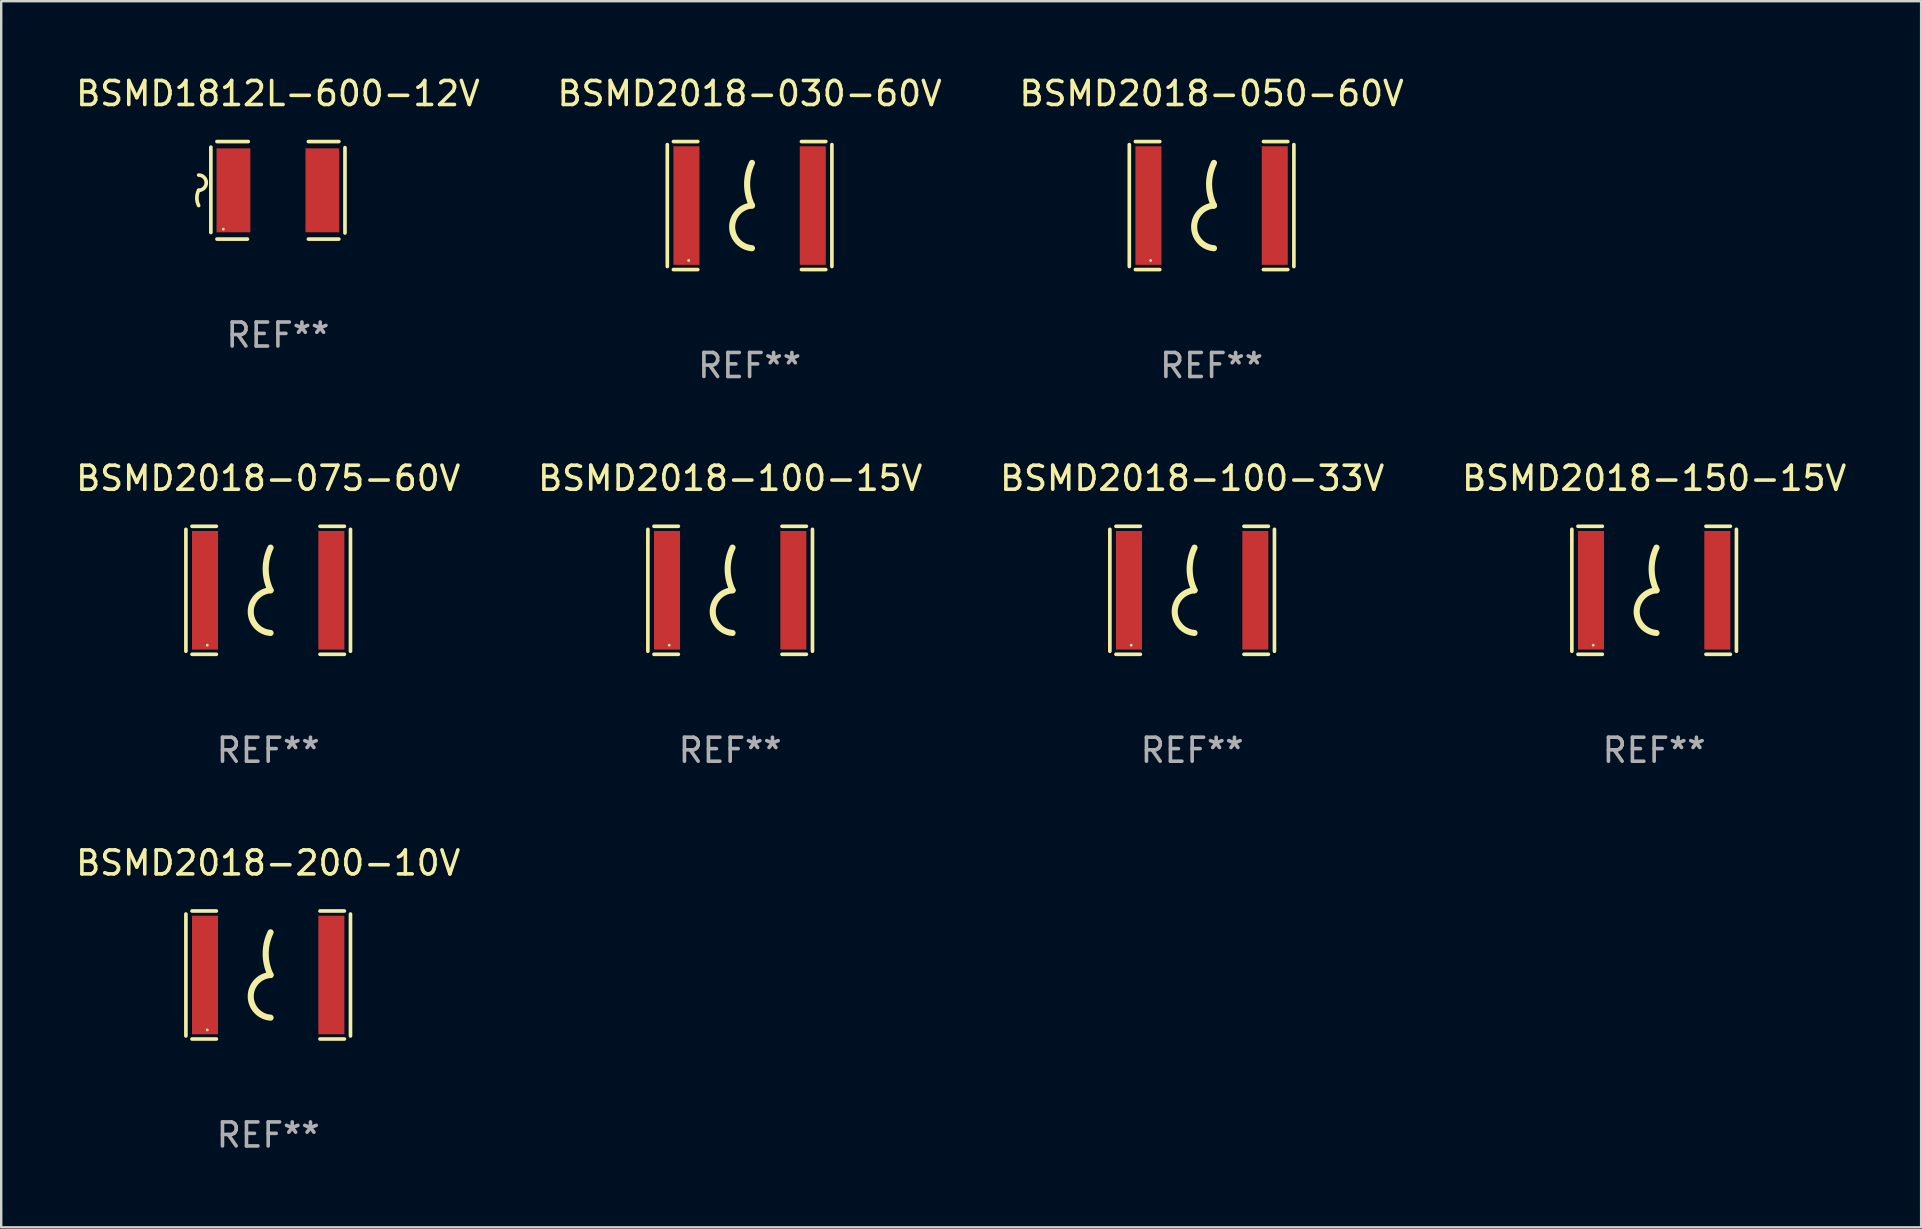
<source format=kicad_pcb>
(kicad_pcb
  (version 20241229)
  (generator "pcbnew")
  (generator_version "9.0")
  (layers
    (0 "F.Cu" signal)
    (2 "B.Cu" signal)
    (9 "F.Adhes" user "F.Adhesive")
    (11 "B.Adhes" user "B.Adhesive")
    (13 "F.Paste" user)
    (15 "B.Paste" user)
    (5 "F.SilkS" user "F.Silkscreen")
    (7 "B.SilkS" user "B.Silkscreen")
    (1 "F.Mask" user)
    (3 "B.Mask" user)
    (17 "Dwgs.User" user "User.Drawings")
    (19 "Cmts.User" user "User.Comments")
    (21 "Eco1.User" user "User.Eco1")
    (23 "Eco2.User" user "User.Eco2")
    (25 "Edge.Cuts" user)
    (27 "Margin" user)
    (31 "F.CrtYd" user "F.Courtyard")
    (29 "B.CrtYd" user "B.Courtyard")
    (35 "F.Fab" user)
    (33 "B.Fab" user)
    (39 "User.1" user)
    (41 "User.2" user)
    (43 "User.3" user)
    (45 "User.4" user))
  (footprint "BSMD2018-050-60V"
    (layer "F.Cu")
    (at 47.435 5.515)
    (property "Reference" "BSMD2018-050-60V" (at 0 -4.667 0) (layer "F.SilkS") (effects (font (size 1 1) (thickness 0.15))))
    (attr through_hole)
    (fp_line (start -3.429 2.54) (end -3.429 -2.54) (stroke (width 0.152) (type solid)) (layer "F.SilkS"))
    (fp_line (start -3.175 2.667) (end -2.159 2.667) (stroke (width 0.152) (type solid)) (layer "F.SilkS"))
    (fp_line (start -2.159 -2.667) (end -3.175 -2.667) (stroke (width 0.152) (type solid)) (layer "F.SilkS"))
    (fp_line (start 2.159 2.667) (end 3.175 2.667) (stroke (width 0.152) (type solid)) (layer "F.SilkS"))
    (fp_line (start 3.175 -2.667) (end 2.159 -2.667) (stroke (width 0.152) (type solid)) (layer "F.SilkS"))
    (fp_line (start 3.429 -2.54) (end 3.429 2.54) (stroke (width 0.152) (type solid)) (layer "F.SilkS"))
    (fp_arc (start 0.09873 -0.000001) (mid -0.104416 -0.889002) (end 0.09873 -1.778004) (stroke (width 0.254001) (type solid)) (layer "F.SilkS"))
    (fp_arc (start 0.09873 1.778004) (mid -0.727058 0.889002) (end 0.098731 0) (stroke (width 0.254001) (type solid)) (layer "F.SilkS"))
    (fp_circle (center -2.54 2.288) (end -2.51 2.288) (stroke (width 0.06) (type solid)) (fill no) (layer "F.SilkS"))
    (fp_text user "REF**" (at 0 6.667 0) (layer "F.Fab") (effects (font (size 1 1) (thickness 0.15))))
    (pad "1" smd rect (at -2.632 0) (size 1.084 4.941) (layers "F.Cu" "F.Mask" "F.Paste"))
    (pad "2" smd rect (at 2.632 0) (size 1.084 4.941) (layers "F.Cu" "F.Mask" "F.Paste")))
  (footprint "BSMD1812L-600-12V"
    (layer "F.Cu")
    (at 8.53 4.88)
    (property "Reference" "BSMD1812L-600-12V" (at 0 -4.032 0) (layer "F.SilkS") (effects (font (size 1 1) (thickness 0.15))))
    (attr through_hole)
    (fp_line (start -2.794 -1.798) (end -2.794 1.758) (stroke (width 0.152) (type solid)) (layer "F.SilkS"))
    (fp_line (start -2.54 -2.032) (end -1.235 -2.032) (stroke (width 0.152) (type solid)) (layer "F.SilkS"))
    (fp_line (start -1.27 2.032) (end -2.54 2.032) (stroke (width 0.152) (type solid)) (layer "F.SilkS"))
    (fp_line (start 1.27 2.032) (end 2.54 2.032) (stroke (width 0.152) (type solid)) (layer "F.SilkS"))
    (fp_line (start 2.54 -2.032) (end 1.27 -2.032) (stroke (width 0.152) (type solid)) (layer "F.SilkS"))
    (fp_line (start 2.794 -1.778) (end 2.794 1.778) (stroke (width 0.152) (type solid)) (layer "F.SilkS"))
    (fp_arc (start -3.302007 -0.635002) (mid -2.984506 -0.317501) (end -3.302007 0) (stroke (width 0.151994) (type solid)) (layer "F.SilkS"))
    (fp_arc (start -3.302007 0.635002) (mid -3.376959 0.317501) (end -3.302007 0) (stroke (width 0.151994) (type solid)) (layer "F.SilkS"))
    (fp_circle (center -2.275 1.62) (end -2.245 1.62) (stroke (width 0.06) (type solid)) (fill no) (layer "F.SilkS"))
    (fp_text user "REF**" (at 0 6.032 0) (layer "F.Fab") (effects (font (size 1 1) (thickness 0.15))))
    (pad "1" smd rect (at -1.853 0) (size 1.407 3.499) (layers "F.Cu" "F.Mask" "F.Paste"))
    (pad "2" smd rect (at 1.853 0) (size 1.407 3.499) (layers "F.Cu" "F.Mask" "F.Paste")))
  (footprint "BSMD2018-200-10V"
    (layer "F.Cu")
    (at 8.125 37.576)
    (property "Reference" "BSMD2018-200-10V" (at 0 -4.667 0) (layer "F.SilkS") (effects (font (size 1 1) (thickness 0.15))))
    (attr through_hole)
    (fp_line (start -3.429 2.54) (end -3.429 -2.54) (stroke (width 0.152) (type solid)) (layer "F.SilkS"))
    (fp_line (start -3.175 2.667) (end -2.159 2.667) (stroke (width 0.152) (type solid)) (layer "F.SilkS"))
    (fp_line (start -2.159 -2.667) (end -3.175 -2.667) (stroke (width 0.152) (type solid)) (layer "F.SilkS"))
    (fp_line (start 2.159 2.667) (end 3.175 2.667) (stroke (width 0.152) (type solid)) (layer "F.SilkS"))
    (fp_line (start 3.175 -2.667) (end 2.159 -2.667) (stroke (width 0.152) (type solid)) (layer "F.SilkS"))
    (fp_line (start 3.429 -2.54) (end 3.429 2.54) (stroke (width 0.152) (type solid)) (layer "F.SilkS"))
    (fp_arc (start 0.09873 -0.000001) (mid -0.104416 -0.889002) (end 0.09873 -1.778004) (stroke (width 0.254001) (type solid)) (layer "F.SilkS"))
    (fp_arc (start 0.09873 1.778004) (mid -0.727058 0.889002) (end 0.098731 0) (stroke (width 0.254001) (type solid)) (layer "F.SilkS"))
    (fp_circle (center -2.54 2.288) (end -2.51 2.288) (stroke (width 0.06) (type solid)) (fill no) (layer "F.SilkS"))
    (fp_text user "REF**" (at 0 6.667 0) (layer "F.Fab") (effects (font (size 1 1) (thickness 0.15))))
    (pad "1" smd rect (at -2.632 0) (size 1.084 4.941) (layers "F.Cu" "F.Mask" "F.Paste"))
    (pad "2" smd rect (at 2.632 0) (size 1.084 4.941) (layers "F.Cu" "F.Mask" "F.Paste")))
  (footprint "BSMD2018-075-60V"
    (layer "F.Cu")
    (at 8.125 21.546)
    (property "Reference" "BSMD2018-075-60V" (at 0 -4.667 0) (layer "F.SilkS") (effects (font (size 1 1) (thickness 0.15))))
    (attr through_hole)
    (fp_line (start -3.429 2.54) (end -3.429 -2.54) (stroke (width 0.152) (type solid)) (layer "F.SilkS"))
    (fp_line (start -3.175 2.667) (end -2.159 2.667) (stroke (width 0.152) (type solid)) (layer "F.SilkS"))
    (fp_line (start -2.159 -2.667) (end -3.175 -2.667) (stroke (width 0.152) (type solid)) (layer "F.SilkS"))
    (fp_line (start 2.159 2.667) (end 3.175 2.667) (stroke (width 0.152) (type solid)) (layer "F.SilkS"))
    (fp_line (start 3.175 -2.667) (end 2.159 -2.667) (stroke (width 0.152) (type solid)) (layer "F.SilkS"))
    (fp_line (start 3.429 -2.54) (end 3.429 2.54) (stroke (width 0.152) (type solid)) (layer "F.SilkS"))
    (fp_arc (start 0.09873 -0.000001) (mid -0.104416 -0.889002) (end 0.09873 -1.778004) (stroke (width 0.254001) (type solid)) (layer "F.SilkS"))
    (fp_arc (start 0.09873 1.778004) (mid -0.727058 0.889002) (end 0.098731 0) (stroke (width 0.254001) (type solid)) (layer "F.SilkS"))
    (fp_circle (center -2.54 2.288) (end -2.51 2.288) (stroke (width 0.06) (type solid)) (fill no) (layer "F.SilkS"))
    (fp_text user "REF**" (at 0 6.667 0) (layer "F.Fab") (effects (font (size 1 1) (thickness 0.15))))
    (pad "1" smd rect (at -2.632 0) (size 1.084 4.941) (layers "F.Cu" "F.Mask" "F.Paste"))
    (pad "2" smd rect (at 2.632 0) (size 1.084 4.941) (layers "F.Cu" "F.Mask" "F.Paste")))
  (footprint "BSMD2018-100-15V"
    (layer "F.Cu")
    (at 27.375 21.546)
    (property "Reference" "BSMD2018-100-15V" (at 0 -4.667 0) (layer "F.SilkS") (effects (font (size 1 1) (thickness 0.15))))
    (attr through_hole)
    (fp_line (start -3.429 2.54) (end -3.429 -2.54) (stroke (width 0.152) (type solid)) (layer "F.SilkS"))
    (fp_line (start -3.175 2.667) (end -2.159 2.667) (stroke (width 0.152) (type solid)) (layer "F.SilkS"))
    (fp_line (start -2.159 -2.667) (end -3.175 -2.667) (stroke (width 0.152) (type solid)) (layer "F.SilkS"))
    (fp_line (start 2.159 2.667) (end 3.175 2.667) (stroke (width 0.152) (type solid)) (layer "F.SilkS"))
    (fp_line (start 3.175 -2.667) (end 2.159 -2.667) (stroke (width 0.152) (type solid)) (layer "F.SilkS"))
    (fp_line (start 3.429 -2.54) (end 3.429 2.54) (stroke (width 0.152) (type solid)) (layer "F.SilkS"))
    (fp_arc (start 0.09873 -0.000001) (mid -0.104416 -0.889002) (end 0.09873 -1.778004) (stroke (width 0.254001) (type solid)) (layer "F.SilkS"))
    (fp_arc (start 0.09873 1.778004) (mid -0.727058 0.889002) (end 0.098731 0) (stroke (width 0.254001) (type solid)) (layer "F.SilkS"))
    (fp_circle (center -2.54 2.288) (end -2.51 2.288) (stroke (width 0.06) (type solid)) (fill no) (layer "F.SilkS"))
    (fp_text user "REF**" (at 0 6.667 0) (layer "F.Fab") (effects (font (size 1 1) (thickness 0.15))))
    (pad "1" smd rect (at -2.632 0) (size 1.084 4.941) (layers "F.Cu" "F.Mask" "F.Paste"))
    (pad "2" smd rect (at 2.632 0) (size 1.084 4.941) (layers "F.Cu" "F.Mask" "F.Paste")))
  (footprint "BSMD2018-150-15V"
    (layer "F.Cu")
    (at 65.875 21.546)
    (property "Reference" "BSMD2018-150-15V" (at 0 -4.667 0) (layer "F.SilkS") (effects (font (size 1 1) (thickness 0.15))))
    (attr through_hole)
    (fp_line (start -3.429 2.54) (end -3.429 -2.54) (stroke (width 0.152) (type solid)) (layer "F.SilkS"))
    (fp_line (start -3.175 2.667) (end -2.159 2.667) (stroke (width 0.152) (type solid)) (layer "F.SilkS"))
    (fp_line (start -2.159 -2.667) (end -3.175 -2.667) (stroke (width 0.152) (type solid)) (layer "F.SilkS"))
    (fp_line (start 2.159 2.667) (end 3.175 2.667) (stroke (width 0.152) (type solid)) (layer "F.SilkS"))
    (fp_line (start 3.175 -2.667) (end 2.159 -2.667) (stroke (width 0.152) (type solid)) (layer "F.SilkS"))
    (fp_line (start 3.429 -2.54) (end 3.429 2.54) (stroke (width 0.152) (type solid)) (layer "F.SilkS"))
    (fp_arc (start 0.09873 -0.000001) (mid -0.104416 -0.889002) (end 0.09873 -1.778004) (stroke (width 0.254001) (type solid)) (layer "F.SilkS"))
    (fp_arc (start 0.09873 1.778004) (mid -0.727058 0.889002) (end 0.098731 0) (stroke (width 0.254001) (type solid)) (layer "F.SilkS"))
    (fp_circle (center -2.54 2.288) (end -2.51 2.288) (stroke (width 0.06) (type solid)) (fill no) (layer "F.SilkS"))
    (fp_text user "REF**" (at 0 6.667 0) (layer "F.Fab") (effects (font (size 1 1) (thickness 0.15))))
    (pad "1" smd rect (at -2.632 0) (size 1.084 4.941) (layers "F.Cu" "F.Mask" "F.Paste"))
    (pad "2" smd rect (at 2.632 0) (size 1.084 4.941) (layers "F.Cu" "F.Mask" "F.Paste")))
  (footprint "BSMD2018-030-60V"
    (layer "F.Cu")
    (at 28.185 5.515)
    (property "Reference" "BSMD2018-030-60V" (at 0 -4.667 0) (layer "F.SilkS") (effects (font (size 1 1) (thickness 0.15))))
    (attr through_hole)
    (fp_line (start -3.429 2.54) (end -3.429 -2.54) (stroke (width 0.152) (type solid)) (layer "F.SilkS"))
    (fp_line (start -3.175 2.667) (end -2.159 2.667) (stroke (width 0.152) (type solid)) (layer "F.SilkS"))
    (fp_line (start -2.159 -2.667) (end -3.175 -2.667) (stroke (width 0.152) (type solid)) (layer "F.SilkS"))
    (fp_line (start 2.159 2.667) (end 3.175 2.667) (stroke (width 0.152) (type solid)) (layer "F.SilkS"))
    (fp_line (start 3.175 -2.667) (end 2.159 -2.667) (stroke (width 0.152) (type solid)) (layer "F.SilkS"))
    (fp_line (start 3.429 -2.54) (end 3.429 2.54) (stroke (width 0.152) (type solid)) (layer "F.SilkS"))
    (fp_arc (start 0.09873 -0.000001) (mid -0.104416 -0.889002) (end 0.09873 -1.778004) (stroke (width 0.254001) (type solid)) (layer "F.SilkS"))
    (fp_arc (start 0.09873 1.778004) (mid -0.727058 0.889002) (end 0.098731 0) (stroke (width 0.254001) (type solid)) (layer "F.SilkS"))
    (fp_circle (center -2.54 2.288) (end -2.51 2.288) (stroke (width 0.06) (type solid)) (fill no) (layer "F.SilkS"))
    (fp_text user "REF**" (at 0 6.667 0) (layer "F.Fab") (effects (font (size 1 1) (thickness 0.15))))
    (pad "1" smd rect (at -2.632 0) (size 1.084 4.941) (layers "F.Cu" "F.Mask" "F.Paste"))
    (pad "2" smd rect (at 2.632 0) (size 1.084 4.941) (layers "F.Cu" "F.Mask" "F.Paste")))
  (footprint "BSMD2018-100-33V"
    (layer "F.Cu")
    (at 46.625 21.546)
    (property "Reference" "BSMD2018-100-33V" (at 0 -4.667 0) (layer "F.SilkS") (effects (font (size 1 1) (thickness 0.15))))
    (attr through_hole)
    (fp_line (start -3.429 2.54) (end -3.429 -2.54) (stroke (width 0.152) (type solid)) (layer "F.SilkS"))
    (fp_line (start -3.175 2.667) (end -2.159 2.667) (stroke (width 0.152) (type solid)) (layer "F.SilkS"))
    (fp_line (start -2.159 -2.667) (end -3.175 -2.667) (stroke (width 0.152) (type solid)) (layer "F.SilkS"))
    (fp_line (start 2.159 2.667) (end 3.175 2.667) (stroke (width 0.152) (type solid)) (layer "F.SilkS"))
    (fp_line (start 3.175 -2.667) (end 2.159 -2.667) (stroke (width 0.152) (type solid)) (layer "F.SilkS"))
    (fp_line (start 3.429 -2.54) (end 3.429 2.54) (stroke (width 0.152) (type solid)) (layer "F.SilkS"))
    (fp_arc (start 0.09873 -0.000001) (mid -0.104416 -0.889002) (end 0.09873 -1.778004) (stroke (width 0.254001) (type solid)) (layer "F.SilkS"))
    (fp_arc (start 0.09873 1.778004) (mid -0.727058 0.889002) (end 0.098731 0) (stroke (width 0.254001) (type solid)) (layer "F.SilkS"))
    (fp_circle (center -2.54 2.288) (end -2.51 2.288) (stroke (width 0.06) (type solid)) (fill no) (layer "F.SilkS"))
    (fp_text user "REF**" (at 0 6.667 0) (layer "F.Fab") (effects (font (size 1 1) (thickness 0.15))))
    (pad "1" smd rect (at -2.632 0) (size 1.084 4.941) (layers "F.Cu" "F.Mask" "F.Paste"))
    (pad "2" smd rect (at 2.632 0) (size 1.084 4.941) (layers "F.Cu" "F.Mask" "F.Paste")))
  (gr_rect
    (start -3 -3)
    (end 77 48.092)
    (stroke (width 0.1) (type default))
    (fill no)
    (layer "Edge.Cuts")))
</source>
